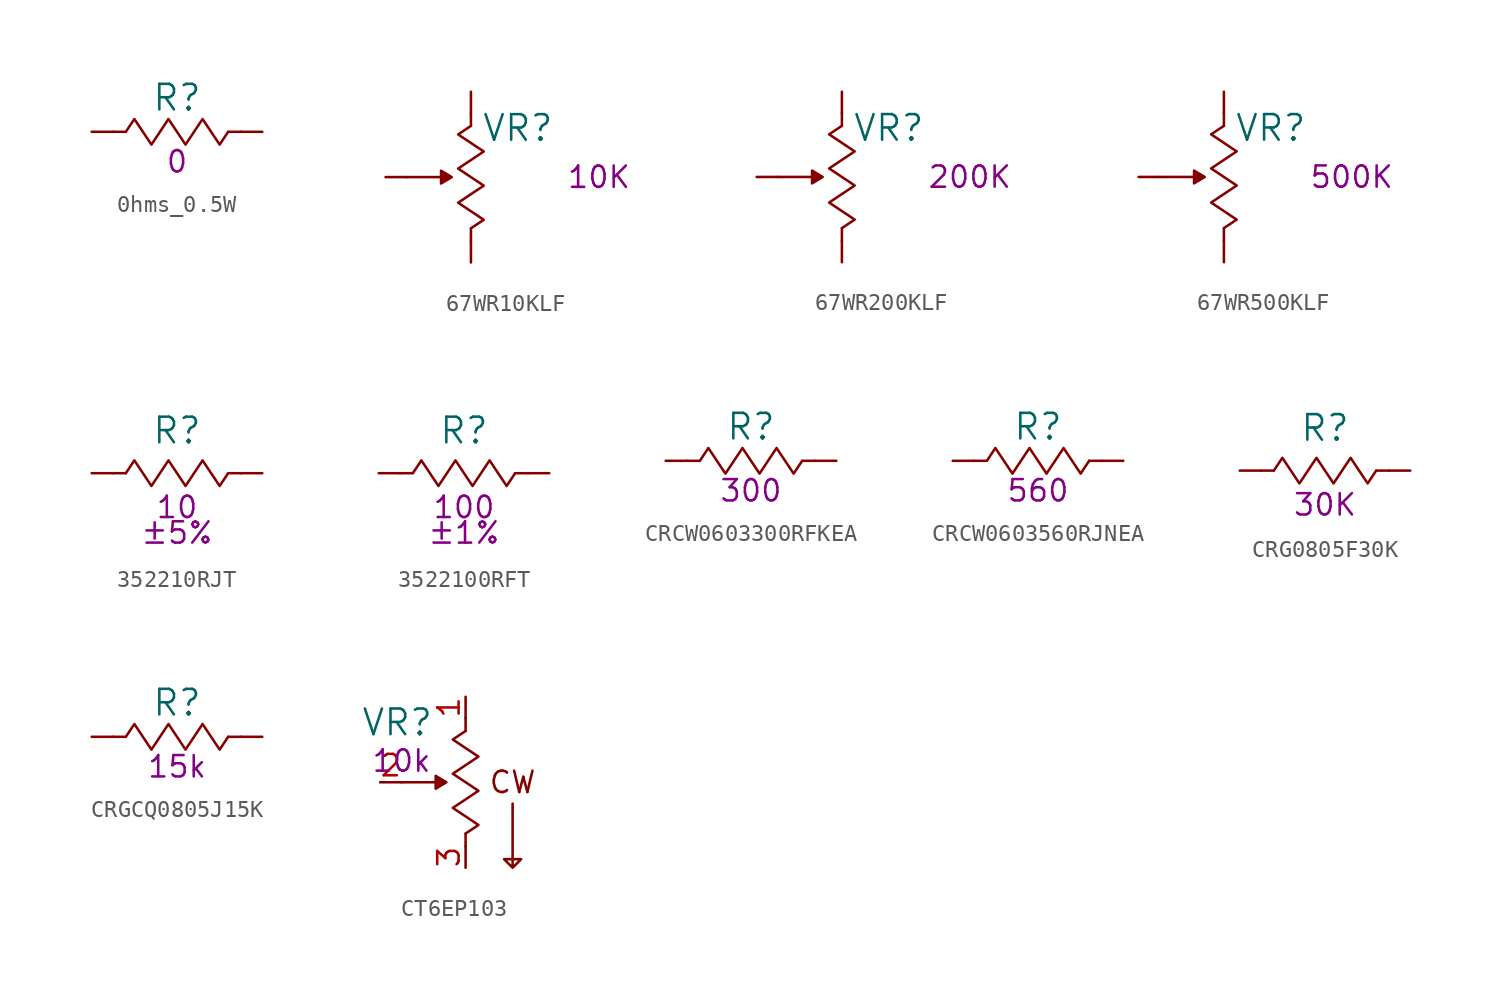
<source format=kicad_sym>
(kicad_symbol_lib
  (version 20220914)
  (generator kicad_symbol_editor)
  (symbol "0hms_0.5W"
    (pin_numbers hide)
    (pin_names
      (offset 0) hide)
    (property "Reference" "R"
      (at 0 2.032 0)
      (effects (font (size 1.524 1.524))))
    (property "Resistance (Ohms)" "0"
      (at 0 -1.778 0)
      (effects (font (size 1.27 1.27))))
    (symbol "0hms_0.5W_0_1"
      (rectangle (start -3.048 0) (end -3.81 0) (stroke (width 0) (type default)) (fill (type none)))
      (polyline (pts (xy -3.048 0) (xy -2.54 0.762) (xy -2.032 0) (xy -1.524 -0.762) (xy -1.016 0) (xy -0.508 0.762) (xy 0 0) (xy 0.508 -0.762) (xy 1.016 0) (xy 1.524 0.762) (xy 2.032 0) (xy 2.54 -0.762) (xy 3.048 0)) (stroke (width 0) (type default)) (fill (type none)))
      (rectangle (start 3.81 0) (end 3.048 0) (stroke (width 0) (type default)) (fill (type none))))
    (symbol "0hms_0.5W_1_1"
      (pin passive line (at -5.08 0 0) (length 1.27) (name "1" (effects (font (size 1.27 1.27)))) (number "1" (effects (font (size 1.27 1.27)))))
      (pin passive line (at 5.08 0 180) (length 1.27) (name "2" (effects (font (size 1.27 1.27)))) (number "2" (effects (font (size 1.27 1.27)))))))
  (symbol "67WR10KLF"
    (pin_numbers hide)
    (pin_names
      (offset 0) hide)
    (property "Reference" "VR"
      (at 2.794 2.921 0)
      (effects (font (size 1.524 1.524))))
    (property "Resistance (Ohms)" "10K"
      (at 7.62 0 0)
      (effects (font (size 1.27 1.27))))
    (symbol "67WR10KLF_0_1"
      (rectangle (start 0 -3.048) (end 0 -3.81) (stroke (width 0) (type default)) (fill (type none)))
      (polyline (pts (xy -3.81 0) (xy -1.143 0) (xy -1.778 0.381) (xy -1.778 -0.381) (xy -1.143 0)) (stroke (width 0) (type default)) (fill (type outline)))
      (polyline (pts (xy 0 -3.048) (xy 0.762 -2.54) (xy 0 -2.032) (xy -0.762 -1.524) (xy 0 -1.016) (xy 0.762 -0.508) (xy 0 0) (xy -0.762 0.508) (xy 0 1.016) (xy 0.762 1.524) (xy 0 2.032) (xy -0.762 2.54) (xy 0 3.048)) (stroke (width 0) (type default)) (fill (type none)))
      (rectangle (start 0 3.81) (end 0 3.048) (stroke (width 0) (type default)) (fill (type none))))
    (symbol "67WR10KLF_1_1"
      (pin passive line (at 0 5.08 270) (length 1.27) (name "~" (effects (font (size 1.27 1.27)))) (number "1" (effects (font (size 1.27 1.27)))))
      (pin passive line (at 0 -5.08 90) (length 1.27) (name "~" (effects (font (size 1.27 1.27)))) (number "2" (effects (font (size 1.27 1.27)))))
      (pin passive line (at -5.08 0 0) (length 1.27) (name "~" (effects (font (size 1.27 1.27)))) (number "3" (effects (font (size 1.27 1.27)))))))
  (symbol "67WR200KLF"
    (pin_numbers hide)
    (pin_names
      (offset 0) hide)
    (property "Reference" "VR"
      (at 2.794 2.921 0)
      (effects (font (size 1.524 1.524))))
    (property "Resistance (Ohms)" "200K"
      (at 7.62 0 0)
      (effects (font (size 1.27 1.27))))
    (symbol "67WR200KLF_0_1"
      (rectangle (start 0 -3.048) (end 0 -3.81) (stroke (width 0) (type default)) (fill (type none)))
      (polyline (pts (xy -3.81 0) (xy -1.143 0) (xy -1.778 0.381) (xy -1.778 -0.381) (xy -1.143 0)) (stroke (width 0) (type default)) (fill (type outline)))
      (polyline (pts (xy 0 -3.048) (xy 0.762 -2.54) (xy 0 -2.032) (xy -0.762 -1.524) (xy 0 -1.016) (xy 0.762 -0.508) (xy 0 0) (xy -0.762 0.508) (xy 0 1.016) (xy 0.762 1.524) (xy 0 2.032) (xy -0.762 2.54) (xy 0 3.048)) (stroke (width 0) (type default)) (fill (type none)))
      (rectangle (start 0 3.81) (end 0 3.048) (stroke (width 0) (type default)) (fill (type none))))
    (symbol "67WR200KLF_1_1"
      (pin passive line (at 0 5.08 270) (length 1.27) (name "~" (effects (font (size 1.27 1.27)))) (number "1" (effects (font (size 1.27 1.27)))))
      (pin passive line (at 0 -5.08 90) (length 1.27) (name "~" (effects (font (size 1.27 1.27)))) (number "2" (effects (font (size 1.27 1.27)))))
      (pin passive line (at -5.08 0 0) (length 1.27) (name "~" (effects (font (size 1.27 1.27)))) (number "3" (effects (font (size 1.27 1.27)))))))
  (symbol "67WR500KLF"
    (pin_numbers hide)
    (pin_names
      (offset 0) hide)
    (property "Reference" "VR"
      (at 2.794 2.921 0)
      (effects (font (size 1.524 1.524))))
    (property "Resistance (Ohms)" "500K"
      (at 7.62 0 0)
      (effects (font (size 1.27 1.27))))
    (symbol "67WR500KLF_0_1"
      (rectangle (start 0 -3.048) (end 0 -3.81) (stroke (width 0) (type default)) (fill (type none)))
      (polyline (pts (xy -3.81 0) (xy -1.143 0) (xy -1.778 0.381) (xy -1.778 -0.381) (xy -1.143 0)) (stroke (width 0) (type default)) (fill (type outline)))
      (polyline (pts (xy 0 -3.048) (xy 0.762 -2.54) (xy 0 -2.032) (xy -0.762 -1.524) (xy 0 -1.016) (xy 0.762 -0.508) (xy 0 0) (xy -0.762 0.508) (xy 0 1.016) (xy 0.762 1.524) (xy 0 2.032) (xy -0.762 2.54) (xy 0 3.048)) (stroke (width 0) (type default)) (fill (type none)))
      (rectangle (start 0 3.81) (end 0 3.048) (stroke (width 0) (type default)) (fill (type none))))
    (symbol "67WR500KLF_1_1"
      (pin passive line (at 0 5.08 270) (length 1.27) (name "~" (effects (font (size 1.27 1.27)))) (number "1" (effects (font (size 1.27 1.27)))))
      (pin passive line (at 0 -5.08 90) (length 1.27) (name "~" (effects (font (size 1.27 1.27)))) (number "2" (effects (font (size 1.27 1.27)))))
      (pin passive line (at -5.08 0 0) (length 1.27) (name "~" (effects (font (size 1.27 1.27)))) (number "3" (effects (font (size 1.27 1.27)))))))
  (symbol "352210RJT"
    (pin_numbers hide)
    (pin_names
      (offset 0) hide)
    (property "Reference" "R"
      (at 0 2.54 0)
      (effects (font (size 1.524 1.524))))
    (property "Resistance (Ohms)" "10"
      (at 0 -2.032 0)
      (effects (font (size 1.27 1.27))))
    (property "Tolerance (%)" "±5%"
      (at 0 -3.556 0)
      (effects (font (size 1.27 1.27))))
    (symbol "352210RJT_0_1"
      (rectangle (start -3.81 0) (end -3.048 0) (stroke (width 0) (type default)) (fill (type none)))
      (rectangle (start 3.81 0) (end 3.048 0) (stroke (width 0) (type default)) (fill (type none))))
    (symbol "352210RJT_1_1"
      (polyline (pts (xy -3.048 0) (xy -2.54 0.762) (xy -2.032 0) (xy -1.524 -0.762) (xy -1.016 0) (xy -0.508 0.762) (xy 0 0) (xy 0.508 -0.762) (xy 1.016 0) (xy 1.524 0.762) (xy 2.032 0) (xy 2.54 -0.762) (xy 3.048 0)) (stroke (width 0) (type default)) (fill (type none)))
      (pin passive line (at -5.08 0 0) (length 1.27) (name "1" (effects (font (size 1.27 1.27)))) (number "1" (effects (font (size 1.27 1.27)))))
      (pin passive line (at 5.08 0 180) (length 1.27) (name "2" (effects (font (size 1.27 1.27)))) (number "2" (effects (font (size 1.27 1.27)))))))
  (symbol "3522100RFT"
    (pin_numbers hide)
    (pin_names
      (offset 0) hide)
    (property "Reference" "R"
      (at 0 2.54 0)
      (effects (font (size 1.524 1.524))))
    (property "Resistance (Ohms)" "100"
      (at 0 -2.032 0)
      (effects (font (size 1.27 1.27))))
    (property "Tolerance (%)" "±1%"
      (at 0 -3.556 0)
      (effects (font (size 1.27 1.27))))
    (symbol "3522100RFT_0_1"
      (rectangle (start -3.81 0) (end -3.048 0) (stroke (width 0) (type default)) (fill (type none)))
      (rectangle (start 3.81 0) (end 3.048 0) (stroke (width 0) (type default)) (fill (type none))))
    (symbol "3522100RFT_1_1"
      (polyline (pts (xy -3.048 0) (xy -2.54 0.762) (xy -2.032 0) (xy -1.524 -0.762) (xy -1.016 0) (xy -0.508 0.762) (xy 0 0) (xy 0.508 -0.762) (xy 1.016 0) (xy 1.524 0.762) (xy 2.032 0) (xy 2.54 -0.762) (xy 3.048 0)) (stroke (width 0) (type default)) (fill (type none)))
      (pin passive line (at -5.08 0 0) (length 1.27) (name "1" (effects (font (size 1.27 1.27)))) (number "1" (effects (font (size 1.27 1.27)))))
      (pin passive line (at 5.08 0 180) (length 1.27) (name "2" (effects (font (size 1.27 1.27)))) (number "2" (effects (font (size 1.27 1.27)))))))
  (symbol "CRCW0603300RFKEA"
    (pin_numbers hide)
    (pin_names
      (offset 0) hide)
    (property "Reference" "R"
      (at 0 2.032 0)
      (effects (font (size 1.524 1.524))))
    (property "Resistance (Ohms)" "300"
      (at 0 -1.778 0)
      (effects (font (size 1.27 1.27))))
    (symbol "CRCW0603300RFKEA_0_1"
      (rectangle (start -3.048 0) (end -3.81 0) (stroke (width 0) (type default)) (fill (type none)))
      (polyline (pts (xy -3.048 0) (xy -2.54 0.762) (xy -2.032 0) (xy -1.524 -0.762) (xy -1.016 0) (xy -0.508 0.762) (xy 0 0) (xy 0.508 -0.762) (xy 1.016 0) (xy 1.524 0.762) (xy 2.032 0) (xy 2.54 -0.762) (xy 3.048 0)) (stroke (width 0) (type default)) (fill (type none)))
      (rectangle (start 3.81 0) (end 3.048 0) (stroke (width 0) (type default)) (fill (type none))))
    (symbol "CRCW0603300RFKEA_1_1"
      (pin passive line (at -5.08 0 0) (length 1.27) (name "1" (effects (font (size 1.27 1.27)))) (number "1" (effects (font (size 1.27 1.27)))))
      (pin passive line (at 5.08 0 180) (length 1.27) (name "2" (effects (font (size 1.27 1.27)))) (number "2" (effects (font (size 1.27 1.27)))))))
  (symbol "CRCW0603560RJNEA"
    (pin_numbers hide)
    (pin_names
      (offset 0) hide)
    (property "Reference" "R"
      (at 0 2.032 0)
      (effects (font (size 1.524 1.524))))
    (property "Resistance (Ohms)" "560"
      (at 0 -1.778 0)
      (effects (font (size 1.27 1.27))))
    (symbol "CRCW0603560RJNEA_0_1"
      (rectangle (start -3.048 0) (end -3.81 0) (stroke (width 0) (type default)) (fill (type none)))
      (polyline (pts (xy -3.048 0) (xy -2.54 0.762) (xy -2.032 0) (xy -1.524 -0.762) (xy -1.016 0) (xy -0.508 0.762) (xy 0 0) (xy 0.508 -0.762) (xy 1.016 0) (xy 1.524 0.762) (xy 2.032 0) (xy 2.54 -0.762) (xy 3.048 0)) (stroke (width 0) (type default)) (fill (type none)))
      (rectangle (start 3.81 0) (end 3.048 0) (stroke (width 0) (type default)) (fill (type none))))
    (symbol "CRCW0603560RJNEA_1_1"
      (pin passive line (at -5.08 0 0) (length 1.27) (name "1" (effects (font (size 1.27 1.27)))) (number "1" (effects (font (size 1.27 1.27)))))
      (pin passive line (at 5.08 0 180) (length 1.27) (name "2" (effects (font (size 1.27 1.27)))) (number "2" (effects (font (size 1.27 1.27)))))))
  (symbol "CRG0805F30K"
    (pin_numbers hide)
    (pin_names
      (offset 0) hide)
    (property "Reference" "R"
      (at 0 2.54 0)
      (effects (font (size 1.524 1.524))))
    (property "Resistance (Ohms)" "30K"
      (at 0 -2.032 0)
      (effects (font (size 1.27 1.27))))
    (symbol "CRG0805F30K_0_1"
      (rectangle (start -3.81 0) (end -3.048 0) (stroke (width 0) (type default)) (fill (type none)))
      (rectangle (start 3.81 0) (end 3.048 0) (stroke (width 0) (type default)) (fill (type none))))
    (symbol "CRG0805F30K_1_1"
      (polyline (pts (xy -3.048 0) (xy -2.54 0.762) (xy -2.032 0) (xy -1.524 -0.762) (xy -1.016 0) (xy -0.508 0.762) (xy 0 0) (xy 0.508 -0.762) (xy 1.016 0) (xy 1.524 0.762) (xy 2.032 0) (xy 2.54 -0.762) (xy 3.048 0)) (stroke (width 0) (type default)) (fill (type none)))
      (pin passive line (at -5.08 0 0) (length 1.27) (name "1" (effects (font (size 1.27 1.27)))) (number "1" (effects (font (size 1.27 1.27)))))
      (pin passive line (at 5.08 0 180) (length 1.27) (name "2" (effects (font (size 1.27 1.27)))) (number "2" (effects (font (size 1.27 1.27)))))))
  (symbol "CRGCQ0805J15K"
    (pin_numbers hide)
    (pin_names
      (offset 0) hide)
    (property "Reference" "R"
      (at 0 2.032 0)
      (effects (font (size 1.524 1.524))))
    (property "Resistance (Ohms)" "15k"
      (at 0 -1.778 0)
      (effects (font (size 1.27 1.27))))
    (symbol "CRGCQ0805J15K_0_1"
      (rectangle (start -3.048 0) (end -3.81 0) (stroke (width 0) (type default)) (fill (type none)))
      (polyline (pts (xy -3.048 0) (xy -2.54 0.762) (xy -2.032 0) (xy -1.524 -0.762) (xy -1.016 0) (xy -0.508 0.762) (xy 0 0) (xy 0.508 -0.762) (xy 1.016 0) (xy 1.524 0.762) (xy 2.032 0) (xy 2.54 -0.762) (xy 3.048 0)) (stroke (width 0) (type default)) (fill (type none)))
      (rectangle (start 3.81 0) (end 3.048 0) (stroke (width 0) (type default)) (fill (type none))))
    (symbol "CRGCQ0805J15K_1_1"
      (pin passive line (at -5.08 0 0) (length 1.27) (name "1" (effects (font (size 1.27 1.27)))) (number "1" (effects (font (size 1.27 1.27)))))
      (pin passive line (at 5.08 0 180) (length 1.27) (name "2" (effects (font (size 1.27 1.27)))) (number "2" (effects (font (size 1.27 1.27)))))))
  (symbol "CT6EP103"
    (pin_names
      (offset 0) hide)
    (property "Reference" "VR"
      (at -4.064 3.556 0)
      (effects (font (size 1.524 1.524))))
    (property "Resistance (Ohms)" "10k"
      (at -3.81 1.27 0)
      (effects (font (size 1.27 1.27))))
    (symbol "CT6EP103_0_0"
      (polyline (pts (xy 2.794 -1.27) (xy 2.794 -5.08) (xy 2.286 -4.572) (xy 3.302 -4.572) (xy 2.794 -5.08)) (stroke (width 0) (type default)) (fill (type none)))
      (text "CW" (at 2.794 0 0) (effects (font (size 1.27 1.27)))))
    (symbol "CT6EP103_0_1"
      (rectangle (start 0 -3.048) (end 0 -3.81) (stroke (width 0) (type default)) (fill (type none)))
      (polyline (pts (xy -3.81 0) (xy -1.143 0) (xy -1.778 0.381) (xy -1.778 -0.381) (xy -1.143 0)) (stroke (width 0) (type default)) (fill (type outline)))
      (polyline (pts (xy 0 -3.048) (xy 0.762 -2.54) (xy 0 -2.032) (xy -0.762 -1.524) (xy 0 -1.016) (xy 0.762 -0.508) (xy 0 0) (xy -0.762 0.508) (xy 0 1.016) (xy 0.762 1.524) (xy 0 2.032) (xy -0.762 2.54) (xy 0 3.048)) (stroke (width 0) (type default)) (fill (type none)))
      (rectangle (start 0 3.81) (end 0 3.048) (stroke (width 0) (type default)) (fill (type none))))
    (symbol "CT6EP103_1_1"
      (pin passive line (at 0 5.08 270) (length 1.27) (name "1" (effects (font (size 1.27 1.27)))) (number "1" (effects (font (size 1.27 1.27)))))
      (pin passive line (at -5.08 0 0) (length 1.27) (name "2" (effects (font (size 1.27 1.27)))) (number "2" (effects (font (size 1.27 1.27)))))
      (pin passive line (at 0 -5.08 90) (length 1.27) (name "3" (effects (font (size 1.27 1.27)))) (number "3" (effects (font (size 1.27 1.27))))))))
</source>
